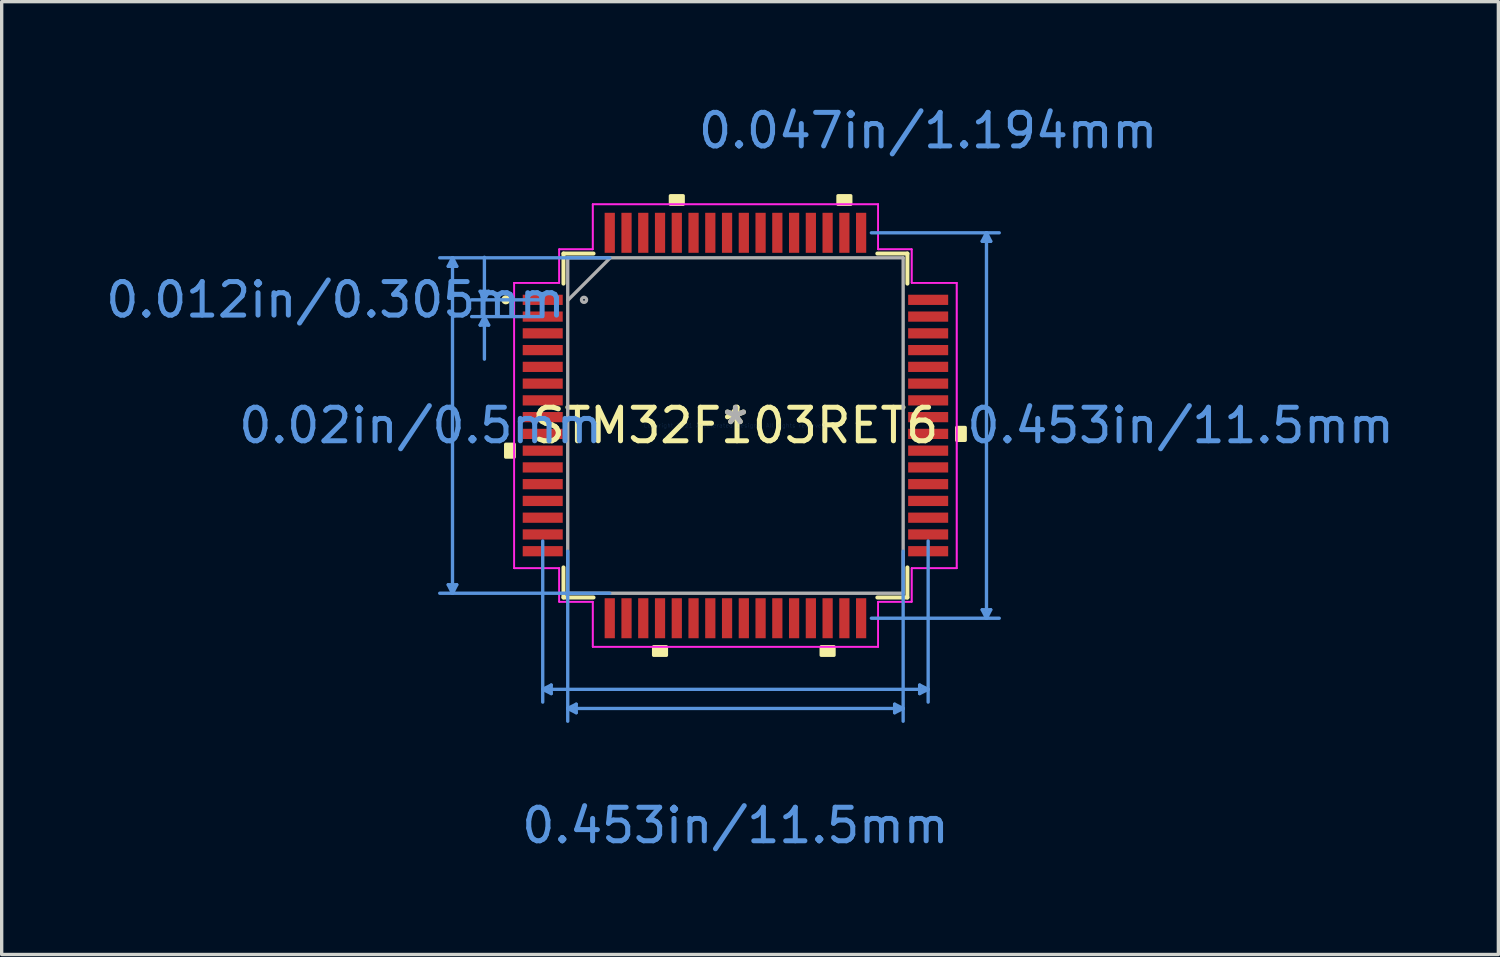
<source format=kicad_pcb>
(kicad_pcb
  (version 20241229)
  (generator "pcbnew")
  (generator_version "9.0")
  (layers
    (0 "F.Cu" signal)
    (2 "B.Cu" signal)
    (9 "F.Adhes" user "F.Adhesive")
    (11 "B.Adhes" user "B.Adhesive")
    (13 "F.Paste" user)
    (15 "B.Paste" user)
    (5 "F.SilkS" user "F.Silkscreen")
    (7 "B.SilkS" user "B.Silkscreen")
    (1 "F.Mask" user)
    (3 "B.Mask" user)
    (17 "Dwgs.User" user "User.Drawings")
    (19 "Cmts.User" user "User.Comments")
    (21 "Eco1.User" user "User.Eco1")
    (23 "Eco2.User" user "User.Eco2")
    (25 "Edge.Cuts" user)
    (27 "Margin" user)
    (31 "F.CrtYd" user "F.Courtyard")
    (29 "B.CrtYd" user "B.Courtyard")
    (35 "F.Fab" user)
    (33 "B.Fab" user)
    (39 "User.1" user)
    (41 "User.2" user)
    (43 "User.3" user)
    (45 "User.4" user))
  (footprint "STM32F103RET6"
    (layer "F.Cu")
    (at 18.893 9.646)
    (property "Reference" "STM32F103RET6" (at 0 0 0) (layer "F.SilkS") (effects (font (size 1 1) (thickness 0.15))))
    (attr through_hole)
    (fp_line (start -5.131 -5.131) (end -5.131 -4.234) (stroke (width 0.12) (type solid)) (layer "F.SilkS"))
    (fp_line (start -5.131 4.234) (end -5.131 5.131) (stroke (width 0.12) (type solid)) (layer "F.SilkS"))
    (fp_line (start -5.131 5.131) (end -4.234 5.131) (stroke (width 0.12) (type solid)) (layer "F.SilkS"))
    (fp_line (start -4.234 -5.131) (end -5.131 -5.131) (stroke (width 0.12) (type solid)) (layer "F.SilkS"))
    (fp_line (start 4.234 5.131) (end 5.131 5.131) (stroke (width 0.12) (type solid)) (layer "F.SilkS"))
    (fp_line (start 5.131 -5.131) (end 4.234 -5.131) (stroke (width 0.12) (type solid)) (layer "F.SilkS"))
    (fp_line (start 5.131 -4.234) (end 5.131 -5.131) (stroke (width 0.12) (type solid)) (layer "F.SilkS"))
    (fp_line (start 5.131 5.131) (end 5.131 4.234) (stroke (width 0.12) (type solid)) (layer "F.SilkS"))
    (fp_circle (center -6.851 -3.75) (end -6.775 -3.75) (stroke (width 0.12) (type solid)) (fill no) (layer "F.SilkS"))
    (fp_poly (pts (xy -6.855 0.56) (xy -6.855 0.941) (xy -6.601 0.941) (xy -6.601 0.56)) (stroke (width 0.1) (type solid)) (fill yes) (layer "F.SilkS"))
    (fp_poly (pts (xy -2.441 6.601) (xy -2.441 6.855) (xy -2.06 6.855) (xy -2.06 6.601)) (stroke (width 0.1) (type solid)) (fill yes) (layer "F.SilkS"))
    (fp_poly (pts (xy -1.94 -6.601) (xy -1.94 -6.855) (xy -1.559 -6.855) (xy -1.559 -6.601)) (stroke (width 0.1) (type solid)) (fill yes) (layer "F.SilkS"))
    (fp_poly (pts (xy 2.559 6.601) (xy 2.559 6.855) (xy 2.941 6.855) (xy 2.941 6.601)) (stroke (width 0.1) (type solid)) (fill yes) (layer "F.SilkS"))
    (fp_poly (pts (xy 3.06 -6.601) (xy 3.06 -6.855) (xy 3.441 -6.855) (xy 3.441 -6.601)) (stroke (width 0.1) (type solid)) (fill yes) (layer "F.SilkS"))
    (fp_poly (pts (xy 6.855 0.059) (xy 6.855 0.441) (xy 6.601 0.441) (xy 6.601 0.059)) (stroke (width 0.1) (type solid)) (fill yes) (layer "F.SilkS"))
    (fp_line (start -8.569 -4.75) (end -8.315 -4.75) (stroke (width 0.1) (type solid)) (layer "Cmts.User"))
    (fp_line (start -8.569 4.75) (end -8.315 4.75) (stroke (width 0.1) (type solid)) (layer "Cmts.User"))
    (fp_line (start -8.442 -5.004) (end -8.569 -4.75) (stroke (width 0.1) (type solid)) (layer "Cmts.User"))
    (fp_line (start -8.442 -5.004) (end -8.442 5.004) (stroke (width 0.1) (type solid)) (layer "Cmts.User"))
    (fp_line (start -8.442 -5.004) (end -8.315 -4.75) (stroke (width 0.1) (type solid)) (layer "Cmts.User"))
    (fp_line (start -8.442 5.004) (end -8.569 4.75) (stroke (width 0.1) (type solid)) (layer "Cmts.User"))
    (fp_line (start -8.442 5.004) (end -8.315 4.75) (stroke (width 0.1) (type solid)) (layer "Cmts.User"))
    (fp_line (start -7.617 -4.004) (end -7.363 -4.004) (stroke (width 0.1) (type solid)) (layer "Cmts.User"))
    (fp_line (start -7.617 -2.996) (end -7.363 -2.996) (stroke (width 0.1) (type solid)) (layer "Cmts.User"))
    (fp_line (start -7.49 -3.75) (end -7.617 -4.004) (stroke (width 0.1) (type solid)) (layer "Cmts.User"))
    (fp_line (start -7.49 -3.75) (end -7.49 -5.02) (stroke (width 0.1) (type solid)) (layer "Cmts.User"))
    (fp_line (start -7.49 -3.75) (end -7.363 -4.004) (stroke (width 0.1) (type solid)) (layer "Cmts.User"))
    (fp_line (start -7.49 -3.25) (end -7.617 -2.996) (stroke (width 0.1) (type solid)) (layer "Cmts.User"))
    (fp_line (start -7.49 -3.25) (end -7.49 -1.98) (stroke (width 0.1) (type solid)) (layer "Cmts.User"))
    (fp_line (start -7.49 -3.25) (end -7.363 -2.996) (stroke (width 0.1) (type solid)) (layer "Cmts.User"))
    (fp_line (start -5.75 -3.75) (end -7.871 -3.75) (stroke (width 0.1) (type solid)) (layer "Cmts.User"))
    (fp_line (start -5.75 -3.25) (end -7.871 -3.25) (stroke (width 0.1) (type solid)) (layer "Cmts.User"))
    (fp_line (start -5.75 3.445) (end -5.75 8.252) (stroke (width 0.1) (type solid)) (layer "Cmts.User"))
    (fp_line (start -5.75 7.871) (end -5.496 7.744) (stroke (width 0.1) (type solid)) (layer "Cmts.User"))
    (fp_line (start -5.75 7.871) (end -5.496 7.998) (stroke (width 0.1) (type solid)) (layer "Cmts.User"))
    (fp_line (start -5.75 7.871) (end 5.75 7.871) (stroke (width 0.1) (type solid)) (layer "Cmts.User"))
    (fp_line (start -5.496 7.744) (end -5.496 7.998) (stroke (width 0.1) (type solid)) (layer "Cmts.User"))
    (fp_line (start -5.004 3.75) (end -5.004 8.823) (stroke (width 0.1) (type solid)) (layer "Cmts.User"))
    (fp_line (start -5.004 8.442) (end -4.75 8.315) (stroke (width 0.1) (type solid)) (layer "Cmts.User"))
    (fp_line (start -5.004 8.442) (end -4.75 8.569) (stroke (width 0.1) (type solid)) (layer "Cmts.User"))
    (fp_line (start -5.004 8.442) (end 5.004 8.442) (stroke (width 0.1) (type solid)) (layer "Cmts.User"))
    (fp_line (start -4.75 8.315) (end -4.75 8.569) (stroke (width 0.1) (type solid)) (layer "Cmts.User"))
    (fp_line (start -3.75 -5.004) (end -8.823 -5.004) (stroke (width 0.1) (type solid)) (layer "Cmts.User"))
    (fp_line (start -3.75 5.004) (end -8.823 5.004) (stroke (width 0.1) (type solid)) (layer "Cmts.User"))
    (fp_line (start 4.055 -5.75) (end 7.871 -5.75) (stroke (width 0.1) (type solid)) (layer "Cmts.User"))
    (fp_line (start 4.055 5.75) (end 7.871 5.75) (stroke (width 0.1) (type solid)) (layer "Cmts.User"))
    (fp_line (start 4.75 8.315) (end 4.75 8.569) (stroke (width 0.1) (type solid)) (layer "Cmts.User"))
    (fp_line (start 5.004 3.75) (end 5.004 8.823) (stroke (width 0.1) (type solid)) (layer "Cmts.User"))
    (fp_line (start 5.004 8.442) (end 4.75 8.315) (stroke (width 0.1) (type solid)) (layer "Cmts.User"))
    (fp_line (start 5.004 8.442) (end 4.75 8.569) (stroke (width 0.1) (type solid)) (layer "Cmts.User"))
    (fp_line (start 5.496 7.744) (end 5.496 7.998) (stroke (width 0.1) (type solid)) (layer "Cmts.User"))
    (fp_line (start 5.75 3.445) (end 5.75 8.252) (stroke (width 0.1) (type solid)) (layer "Cmts.User"))
    (fp_line (start 5.75 7.871) (end 5.496 7.744) (stroke (width 0.1) (type solid)) (layer "Cmts.User"))
    (fp_line (start 5.75 7.871) (end 5.496 7.998) (stroke (width 0.1) (type solid)) (layer "Cmts.User"))
    (fp_line (start 7.363 -5.496) (end 7.617 -5.496) (stroke (width 0.1) (type solid)) (layer "Cmts.User"))
    (fp_line (start 7.363 5.496) (end 7.617 5.496) (stroke (width 0.1) (type solid)) (layer "Cmts.User"))
    (fp_line (start 7.49 -5.75) (end 7.363 -5.496) (stroke (width 0.1) (type solid)) (layer "Cmts.User"))
    (fp_line (start 7.49 -5.75) (end 7.49 5.75) (stroke (width 0.1) (type solid)) (layer "Cmts.User"))
    (fp_line (start 7.49 -5.75) (end 7.617 -5.496) (stroke (width 0.1) (type solid)) (layer "Cmts.User"))
    (fp_line (start 7.49 5.75) (end 7.363 5.496) (stroke (width 0.1) (type solid)) (layer "Cmts.User"))
    (fp_line (start 7.49 5.75) (end 7.617 5.496) (stroke (width 0.1) (type solid)) (layer "Cmts.User"))
    (fp_line (start -6.601 -4.258) (end -5.258 -4.258) (stroke (width 0.05) (type solid)) (layer "F.CrtYd"))
    (fp_line (start -6.601 -4.258) (end -5.258 -4.258) (stroke (width 0.05) (type solid)) (layer "F.CrtYd"))
    (fp_line (start -6.601 4.258) (end -6.601 -4.258) (stroke (width 0.05) (type solid)) (layer "F.CrtYd"))
    (fp_line (start -6.601 4.258) (end -6.601 -4.258) (stroke (width 0.05) (type solid)) (layer "F.CrtYd"))
    (fp_line (start -5.258 -5.258) (end -4.258 -5.258) (stroke (width 0.05) (type solid)) (layer "F.CrtYd"))
    (fp_line (start -5.258 -5.258) (end -4.258 -5.258) (stroke (width 0.05) (type solid)) (layer "F.CrtYd"))
    (fp_line (start -5.258 -4.258) (end -5.258 -5.258) (stroke (width 0.05) (type solid)) (layer "F.CrtYd"))
    (fp_line (start -5.258 -4.258) (end -5.258 -5.258) (stroke (width 0.05) (type solid)) (layer "F.CrtYd"))
    (fp_line (start -5.258 4.258) (end -6.601 4.258) (stroke (width 0.05) (type solid)) (layer "F.CrtYd"))
    (fp_line (start -5.258 4.258) (end -6.601 4.258) (stroke (width 0.05) (type solid)) (layer "F.CrtYd"))
    (fp_line (start -5.258 5.258) (end -5.258 4.258) (stroke (width 0.05) (type solid)) (layer "F.CrtYd"))
    (fp_line (start -5.258 5.258) (end -5.258 4.258) (stroke (width 0.05) (type solid)) (layer "F.CrtYd"))
    (fp_line (start -4.258 -6.601) (end 4.258 -6.601) (stroke (width 0.05) (type solid)) (layer "F.CrtYd"))
    (fp_line (start -4.258 -6.601) (end 4.258 -6.601) (stroke (width 0.05) (type solid)) (layer "F.CrtYd"))
    (fp_line (start -4.258 -5.258) (end -4.258 -6.601) (stroke (width 0.05) (type solid)) (layer "F.CrtYd"))
    (fp_line (start -4.258 -5.258) (end -4.258 -6.601) (stroke (width 0.05) (type solid)) (layer "F.CrtYd"))
    (fp_line (start -4.258 5.258) (end -5.258 5.258) (stroke (width 0.05) (type solid)) (layer "F.CrtYd"))
    (fp_line (start -4.258 5.258) (end -5.258 5.258) (stroke (width 0.05) (type solid)) (layer "F.CrtYd"))
    (fp_line (start -4.258 6.601) (end -4.258 5.258) (stroke (width 0.05) (type solid)) (layer "F.CrtYd"))
    (fp_line (start -4.258 6.601) (end -4.258 5.258) (stroke (width 0.05) (type solid)) (layer "F.CrtYd"))
    (fp_line (start 4.258 -6.601) (end 4.258 -5.258) (stroke (width 0.05) (type solid)) (layer "F.CrtYd"))
    (fp_line (start 4.258 -6.601) (end 4.258 -5.258) (stroke (width 0.05) (type solid)) (layer "F.CrtYd"))
    (fp_line (start 4.258 -5.258) (end 5.258 -5.258) (stroke (width 0.05) (type solid)) (layer "F.CrtYd"))
    (fp_line (start 4.258 -5.258) (end 5.258 -5.258) (stroke (width 0.05) (type solid)) (layer "F.CrtYd"))
    (fp_line (start 4.258 5.258) (end 4.258 6.601) (stroke (width 0.05) (type solid)) (layer "F.CrtYd"))
    (fp_line (start 4.258 5.258) (end 4.258 6.601) (stroke (width 0.05) (type solid)) (layer "F.CrtYd"))
    (fp_line (start 4.258 6.601) (end -4.258 6.601) (stroke (width 0.05) (type solid)) (layer "F.CrtYd"))
    (fp_line (start 4.258 6.601) (end -4.258 6.601) (stroke (width 0.05) (type solid)) (layer "F.CrtYd"))
    (fp_line (start 5.258 -5.258) (end 5.258 -4.258) (stroke (width 0.05) (type solid)) (layer "F.CrtYd"))
    (fp_line (start 5.258 -5.258) (end 5.258 -4.258) (stroke (width 0.05) (type solid)) (layer "F.CrtYd"))
    (fp_line (start 5.258 -4.258) (end 6.601 -4.258) (stroke (width 0.05) (type solid)) (layer "F.CrtYd"))
    (fp_line (start 5.258 -4.258) (end 6.601 -4.258) (stroke (width 0.05) (type solid)) (layer "F.CrtYd"))
    (fp_line (start 5.258 4.258) (end 5.258 5.258) (stroke (width 0.05) (type solid)) (layer "F.CrtYd"))
    (fp_line (start 5.258 4.258) (end 5.258 5.258) (stroke (width 0.05) (type solid)) (layer "F.CrtYd"))
    (fp_line (start 5.258 5.258) (end 4.258 5.258) (stroke (width 0.05) (type solid)) (layer "F.CrtYd"))
    (fp_line (start 5.258 5.258) (end 4.258 5.258) (stroke (width 0.05) (type solid)) (layer "F.CrtYd"))
    (fp_line (start 6.601 -4.258) (end 6.601 4.258) (stroke (width 0.05) (type solid)) (layer "F.CrtYd"))
    (fp_line (start 6.601 -4.258) (end 6.601 4.258) (stroke (width 0.05) (type solid)) (layer "F.CrtYd"))
    (fp_line (start 6.601 4.258) (end 5.258 4.258) (stroke (width 0.05) (type solid)) (layer "F.CrtYd"))
    (fp_line (start 6.601 4.258) (end 5.258 4.258) (stroke (width 0.05) (type solid)) (layer "F.CrtYd"))
    (fp_line (start -5.004 -5.004) (end -5.004 5.004) (stroke (width 0.1) (type solid)) (layer "F.Fab"))
    (fp_line (start -5.004 -3.734) (end -3.734 -5.004) (stroke (width 0.1) (type solid)) (layer "F.Fab"))
    (fp_line (start -5.004 5.004) (end 5.004 5.004) (stroke (width 0.1) (type solid)) (layer "F.Fab"))
    (fp_line (start 5.004 -5.004) (end -5.004 -5.004) (stroke (width 0.1) (type solid)) (layer "F.Fab"))
    (fp_line (start 5.004 5.004) (end 5.004 -5.004) (stroke (width 0.1) (type solid)) (layer "F.Fab"))
    (fp_circle (center -4.518 -3.75) (end -4.442 -3.75) (stroke (width 0.1) (type solid)) (fill no) (layer "F.Fab"))
    (fp_text user "*" (at 0 0 0) (layer "F.SilkS") (effects (font (size 1 1) (thickness 0.15))))
    (fp_text user "0.047in/1.194mm" (at 5.75 -8.798 0) (layer "Cmts.User") (effects (font (size 1 1) (thickness 0.15))))
    (fp_text user "0.453in/11.5mm" (at 0 11.935 0) (layer "Cmts.User") (effects (font (size 1 1) (thickness 0.15))))
    (fp_text user "0.02in/0.5mm" (at -9.395 0 0) (layer "Cmts.User") (effects (font (size 1 1) (thickness 0.15))))
    (fp_text user "0.012in/0.305mm" (at -11.935 -3.75 0) (layer "Cmts.User") (effects (font (size 1 1) (thickness 0.15))))
    (fp_text user "0.453in/11.5mm" (at 13.281 0 0) (layer "Cmts.User") (effects (font (size 1 1) (thickness 0.15))))
    (fp_text user "Copyright 2021 Accelerated Designs. All rights reserved." (at 0 0 0) (layer "Cmts.User") (effects (font (size 0.127 0.127) (thickness 0.002))))
    (fp_text user "*" (at 0 0 0) (layer "F.Fab") (effects (font (size 1 1) (thickness 0.15))))
    (pad "1" smd rect (at -5.75 -3.75) (size 1.194 0.305) (layers "F.Cu" "F.Mask" "F.Paste"))
    (pad "2" smd rect (at -5.75 -3.25) (size 1.194 0.305) (layers "F.Cu" "F.Mask" "F.Paste"))
    (pad "3" smd rect (at -5.75 -2.75) (size 1.194 0.305) (layers "F.Cu" "F.Mask" "F.Paste"))
    (pad "4" smd rect (at -5.75 -2.25) (size 1.194 0.305) (layers "F.Cu" "F.Mask" "F.Paste"))
    (pad "5" smd rect (at -5.75 -1.75) (size 1.194 0.305) (layers "F.Cu" "F.Mask" "F.Paste"))
    (pad "6" smd rect (at -5.75 -1.25) (size 1.194 0.305) (layers "F.Cu" "F.Mask" "F.Paste"))
    (pad "7" smd rect (at -5.75 -0.75) (size 1.194 0.305) (layers "F.Cu" "F.Mask" "F.Paste"))
    (pad "8" smd rect (at -5.75 -0.25) (size 1.194 0.305) (layers "F.Cu" "F.Mask" "F.Paste"))
    (pad "9" smd rect (at -5.75 0.25) (size 1.194 0.305) (layers "F.Cu" "F.Mask" "F.Paste"))
    (pad "10" smd rect (at -5.75 0.75) (size 1.194 0.305) (layers "F.Cu" "F.Mask" "F.Paste"))
    (pad "11" smd rect (at -5.75 1.25) (size 1.194 0.305) (layers "F.Cu" "F.Mask" "F.Paste"))
    (pad "12" smd rect (at -5.75 1.75) (size 1.194 0.305) (layers "F.Cu" "F.Mask" "F.Paste"))
    (pad "13" smd rect (at -5.75 2.25) (size 1.194 0.305) (layers "F.Cu" "F.Mask" "F.Paste"))
    (pad "14" smd rect (at -5.75 2.75) (size 1.194 0.305) (layers "F.Cu" "F.Mask" "F.Paste"))
    (pad "15" smd rect (at -5.75 3.25) (size 1.194 0.305) (layers "F.Cu" "F.Mask" "F.Paste"))
    (pad "16" smd rect (at -5.75 3.75) (size 1.194 0.305) (layers "F.Cu" "F.Mask" "F.Paste"))
    (pad "17" smd rect (at -3.75 5.75 90) (size 1.194 0.305) (layers "F.Cu" "F.Mask" "F.Paste"))
    (pad "18" smd rect (at -3.25 5.75 90) (size 1.194 0.305) (layers "F.Cu" "F.Mask" "F.Paste"))
    (pad "19" smd rect (at -2.75 5.75 90) (size 1.194 0.305) (layers "F.Cu" "F.Mask" "F.Paste"))
    (pad "20" smd rect (at -2.25 5.75 90) (size 1.194 0.305) (layers "F.Cu" "F.Mask" "F.Paste"))
    (pad "21" smd rect (at -1.75 5.75 90) (size 1.194 0.305) (layers "F.Cu" "F.Mask" "F.Paste"))
    (pad "22" smd rect (at -1.25 5.75 90) (size 1.194 0.305) (layers "F.Cu" "F.Mask" "F.Paste"))
    (pad "23" smd rect (at -0.75 5.75 90) (size 1.194 0.305) (layers "F.Cu" "F.Mask" "F.Paste"))
    (pad "24" smd rect (at -0.25 5.75 90) (size 1.194 0.305) (layers "F.Cu" "F.Mask" "F.Paste"))
    (pad "25" smd rect (at 0.25 5.75 90) (size 1.194 0.305) (layers "F.Cu" "F.Mask" "F.Paste"))
    (pad "26" smd rect (at 0.75 5.75 90) (size 1.194 0.305) (layers "F.Cu" "F.Mask" "F.Paste"))
    (pad "27" smd rect (at 1.25 5.75 90) (size 1.194 0.305) (layers "F.Cu" "F.Mask" "F.Paste"))
    (pad "28" smd rect (at 1.75 5.75 90) (size 1.194 0.305) (layers "F.Cu" "F.Mask" "F.Paste"))
    (pad "29" smd rect (at 2.25 5.75 90) (size 1.194 0.305) (layers "F.Cu" "F.Mask" "F.Paste"))
    (pad "30" smd rect (at 2.75 5.75 90) (size 1.194 0.305) (layers "F.Cu" "F.Mask" "F.Paste"))
    (pad "31" smd rect (at 3.25 5.75 90) (size 1.194 0.305) (layers "F.Cu" "F.Mask" "F.Paste"))
    (pad "32" smd rect (at 3.75 5.75 90) (size 1.194 0.305) (layers "F.Cu" "F.Mask" "F.Paste"))
    (pad "33" smd rect (at 5.75 3.75) (size 1.194 0.305) (layers "F.Cu" "F.Mask" "F.Paste"))
    (pad "34" smd rect (at 5.75 3.25) (size 1.194 0.305) (layers "F.Cu" "F.Mask" "F.Paste"))
    (pad "35" smd rect (at 5.75 2.75) (size 1.194 0.305) (layers "F.Cu" "F.Mask" "F.Paste"))
    (pad "36" smd rect (at 5.75 2.25) (size 1.194 0.305) (layers "F.Cu" "F.Mask" "F.Paste"))
    (pad "37" smd rect (at 5.75 1.75) (size 1.194 0.305) (layers "F.Cu" "F.Mask" "F.Paste"))
    (pad "38" smd rect (at 5.75 1.25) (size 1.194 0.305) (layers "F.Cu" "F.Mask" "F.Paste"))
    (pad "39" smd rect (at 5.75 0.75) (size 1.194 0.305) (layers "F.Cu" "F.Mask" "F.Paste"))
    (pad "40" smd rect (at 5.75 0.25) (size 1.194 0.305) (layers "F.Cu" "F.Mask" "F.Paste"))
    (pad "41" smd rect (at 5.75 -0.25) (size 1.194 0.305) (layers "F.Cu" "F.Mask" "F.Paste"))
    (pad "42" smd rect (at 5.75 -0.75) (size 1.194 0.305) (layers "F.Cu" "F.Mask" "F.Paste"))
    (pad "43" smd rect (at 5.75 -1.25) (size 1.194 0.305) (layers "F.Cu" "F.Mask" "F.Paste"))
    (pad "44" smd rect (at 5.75 -1.75) (size 1.194 0.305) (layers "F.Cu" "F.Mask" "F.Paste"))
    (pad "45" smd rect (at 5.75 -2.25) (size 1.194 0.305) (layers "F.Cu" "F.Mask" "F.Paste"))
    (pad "46" smd rect (at 5.75 -2.75) (size 1.194 0.305) (layers "F.Cu" "F.Mask" "F.Paste"))
    (pad "47" smd rect (at 5.75 -3.25) (size 1.194 0.305) (layers "F.Cu" "F.Mask" "F.Paste"))
    (pad "48" smd rect (at 5.75 -3.75) (size 1.194 0.305) (layers "F.Cu" "F.Mask" "F.Paste"))
    (pad "49" smd rect (at 3.75 -5.75 90) (size 1.194 0.305) (layers "F.Cu" "F.Mask" "F.Paste"))
    (pad "50" smd rect (at 3.25 -5.75 90) (size 1.194 0.305) (layers "F.Cu" "F.Mask" "F.Paste"))
    (pad "51" smd rect (at 2.75 -5.75 90) (size 1.194 0.305) (layers "F.Cu" "F.Mask" "F.Paste"))
    (pad "52" smd rect (at 2.25 -5.75 90) (size 1.194 0.305) (layers "F.Cu" "F.Mask" "F.Paste"))
    (pad "53" smd rect (at 1.75 -5.75 90) (size 1.194 0.305) (layers "F.Cu" "F.Mask" "F.Paste"))
    (pad "54" smd rect (at 1.25 -5.75 90) (size 1.194 0.305) (layers "F.Cu" "F.Mask" "F.Paste"))
    (pad "55" smd rect (at 0.75 -5.75 90) (size 1.194 0.305) (layers "F.Cu" "F.Mask" "F.Paste"))
    (pad "56" smd rect (at 0.25 -5.75 90) (size 1.194 0.305) (layers "F.Cu" "F.Mask" "F.Paste"))
    (pad "57" smd rect (at -0.25 -5.75 90) (size 1.194 0.305) (layers "F.Cu" "F.Mask" "F.Paste"))
    (pad "58" smd rect (at -0.75 -5.75 90) (size 1.194 0.305) (layers "F.Cu" "F.Mask" "F.Paste"))
    (pad "59" smd rect (at -1.25 -5.75 90) (size 1.194 0.305) (layers "F.Cu" "F.Mask" "F.Paste"))
    (pad "60" smd rect (at -1.75 -5.75 90) (size 1.194 0.305) (layers "F.Cu" "F.Mask" "F.Paste"))
    (pad "61" smd rect (at -2.25 -5.75 90) (size 1.194 0.305) (layers "F.Cu" "F.Mask" "F.Paste"))
    (pad "62" smd rect (at -2.75 -5.75 90) (size 1.194 0.305) (layers "F.Cu" "F.Mask" "F.Paste"))
    (pad "63" smd rect (at -3.25 -5.75 90) (size 1.194 0.305) (layers "F.Cu" "F.Mask" "F.Paste"))
    (pad "64" smd rect (at -3.75 -5.75 90) (size 1.194 0.305) (layers "F.Cu" "F.Mask" "F.Paste")))
  (gr_rect
    (start -3 -3)
    (end 41.656 25.429)
    (stroke (width 0.1) (type default))
    (fill no)
    (layer "Edge.Cuts")))
</source>
